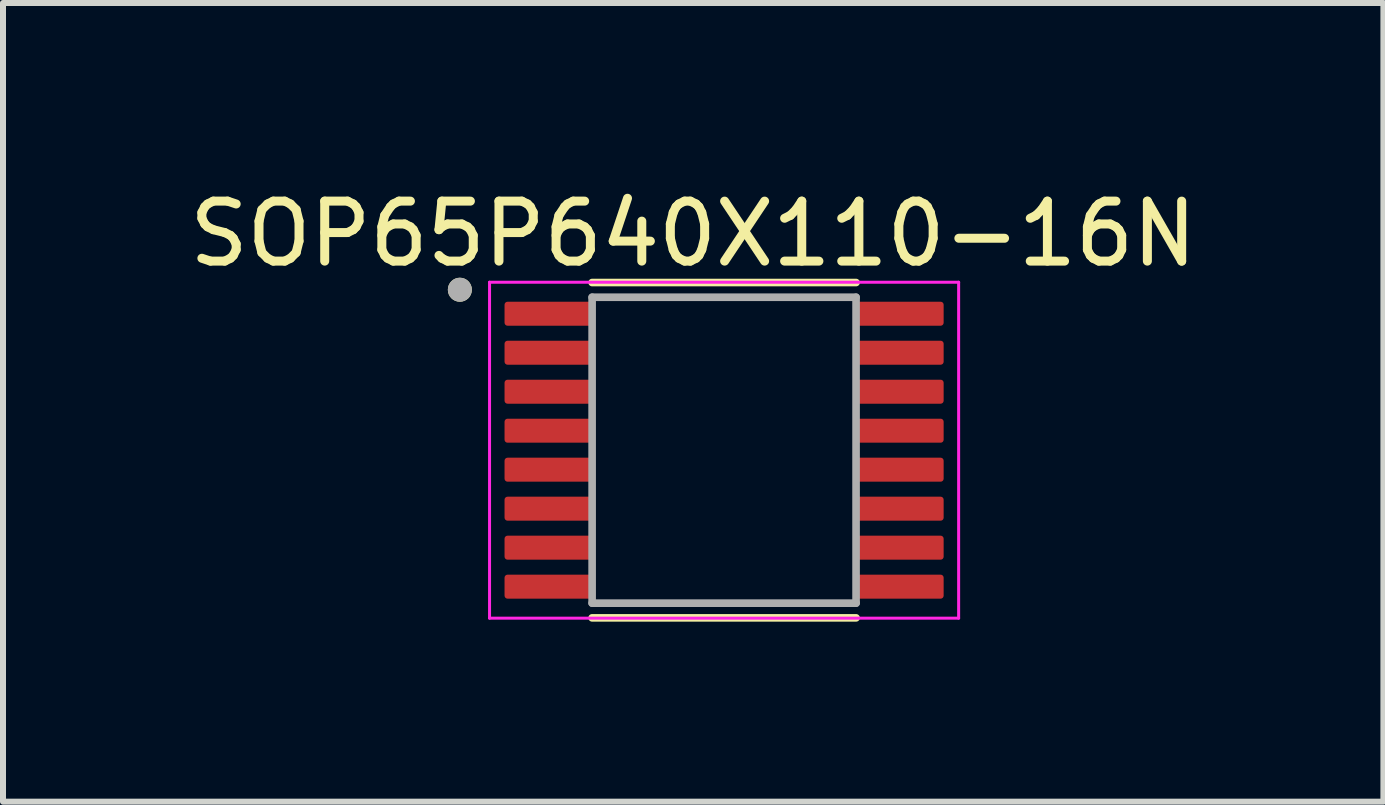
<source format=kicad_pcb>
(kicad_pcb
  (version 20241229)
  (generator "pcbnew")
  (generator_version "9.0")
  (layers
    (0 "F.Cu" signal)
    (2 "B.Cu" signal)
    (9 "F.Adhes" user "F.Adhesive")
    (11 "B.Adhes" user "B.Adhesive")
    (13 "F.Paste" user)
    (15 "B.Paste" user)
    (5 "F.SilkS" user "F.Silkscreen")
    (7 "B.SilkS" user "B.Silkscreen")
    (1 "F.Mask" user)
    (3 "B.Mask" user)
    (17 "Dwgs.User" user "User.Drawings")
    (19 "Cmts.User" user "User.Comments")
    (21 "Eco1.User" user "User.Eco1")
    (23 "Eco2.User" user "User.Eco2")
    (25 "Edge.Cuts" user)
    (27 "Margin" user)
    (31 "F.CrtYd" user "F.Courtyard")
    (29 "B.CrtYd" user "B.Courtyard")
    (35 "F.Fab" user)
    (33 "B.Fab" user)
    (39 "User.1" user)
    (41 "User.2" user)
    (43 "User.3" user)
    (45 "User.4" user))
  (footprint "SOP65P640X110-16N"
    (layer "F.Cu")
    (at 9.021 4.455)
    (property "Reference" "SOP65P640X110-16N" (at -0.515 -3.607 0) (layer "F.SilkS") (effects (font (size 1 1) (thickness 0.15))))
    (attr smd)
    (fp_line (start -2.2 -2.795) (end 2.2 -2.795) (stroke (width 0.127) (type solid)) (layer "F.SilkS"))
    (fp_line (start -2.2 2.795) (end 2.2 2.795) (stroke (width 0.127) (type solid)) (layer "F.SilkS"))
    (fp_circle (center -4.405 -2.675) (end -4.305 -2.675) (stroke (width 0.2) (type solid)) (fill no) (layer "F.SilkS"))
    (fp_line (start -3.91 -2.8) (end -3.91 2.8) (stroke (width 0.05) (type solid)) (layer "F.CrtYd"))
    (fp_line (start -3.91 -2.8) (end 3.91 -2.8) (stroke (width 0.05) (type solid)) (layer "F.CrtYd"))
    (fp_line (start -3.91 2.8) (end 3.91 2.8) (stroke (width 0.05) (type solid)) (layer "F.CrtYd"))
    (fp_line (start 3.91 -2.8) (end 3.91 2.8) (stroke (width 0.05) (type solid)) (layer "F.CrtYd"))
    (fp_line (start -2.2 -2.55) (end -2.2 2.55) (stroke (width 0.127) (type solid)) (layer "F.Fab"))
    (fp_line (start -2.2 -2.55) (end 2.2 -2.55) (stroke (width 0.127) (type solid)) (layer "F.Fab"))
    (fp_line (start -2.2 2.55) (end 2.2 2.55) (stroke (width 0.127) (type solid)) (layer "F.Fab"))
    (fp_line (start 2.2 -2.55) (end 2.2 2.55) (stroke (width 0.127) (type solid)) (layer "F.Fab"))
    (fp_circle (center -4.405 -2.675) (end -4.305 -2.675) (stroke (width 0.2) (type solid)) (fill no) (layer "F.Fab"))
    (pad "1" smd roundrect (at -2.915 -2.275) (size 1.49 0.4) (layers "F.Cu" "F.Mask" "F.Paste") (roundrect_rratio 0.125))
    (pad "2" smd roundrect (at -2.915 -1.625) (size 1.49 0.4) (layers "F.Cu" "F.Mask" "F.Paste") (roundrect_rratio 0.125))
    (pad "3" smd roundrect (at -2.915 -0.975) (size 1.49 0.4) (layers "F.Cu" "F.Mask" "F.Paste") (roundrect_rratio 0.125))
    (pad "4" smd roundrect (at -2.915 -0.325) (size 1.49 0.4) (layers "F.Cu" "F.Mask" "F.Paste") (roundrect_rratio 0.125))
    (pad "5" smd roundrect (at -2.915 0.325) (size 1.49 0.4) (layers "F.Cu" "F.Mask" "F.Paste") (roundrect_rratio 0.125))
    (pad "6" smd roundrect (at -2.915 0.975) (size 1.49 0.4) (layers "F.Cu" "F.Mask" "F.Paste") (roundrect_rratio 0.125))
    (pad "7" smd roundrect (at -2.915 1.625) (size 1.49 0.4) (layers "F.Cu" "F.Mask" "F.Paste") (roundrect_rratio 0.125))
    (pad "8" smd roundrect (at -2.915 2.275) (size 1.49 0.4) (layers "F.Cu" "F.Mask" "F.Paste") (roundrect_rratio 0.125))
    (pad "9" smd roundrect (at 2.915 2.275) (size 1.49 0.4) (layers "F.Cu" "F.Mask" "F.Paste") (roundrect_rratio 0.125))
    (pad "10" smd roundrect (at 2.915 1.625) (size 1.49 0.4) (layers "F.Cu" "F.Mask" "F.Paste") (roundrect_rratio 0.125))
    (pad "11" smd roundrect (at 2.915 0.975) (size 1.49 0.4) (layers "F.Cu" "F.Mask" "F.Paste") (roundrect_rratio 0.125))
    (pad "12" smd roundrect (at 2.915 0.325) (size 1.49 0.4) (layers "F.Cu" "F.Mask" "F.Paste") (roundrect_rratio 0.125))
    (pad "13" smd roundrect (at 2.915 -0.325) (size 1.49 0.4) (layers "F.Cu" "F.Mask" "F.Paste") (roundrect_rratio 0.125))
    (pad "14" smd roundrect (at 2.915 -0.975) (size 1.49 0.4) (layers "F.Cu" "F.Mask" "F.Paste") (roundrect_rratio 0.125))
    (pad "15" smd roundrect (at 2.915 -1.625) (size 1.49 0.4) (layers "F.Cu" "F.Mask" "F.Paste") (roundrect_rratio 0.125))
    (pad "16" smd roundrect (at 2.915 -2.275) (size 1.49 0.4) (layers "F.Cu" "F.Mask" "F.Paste") (roundrect_rratio 0.125)))
  (gr_rect
    (start -3 -3)
    (end 20.012 10.314)
    (stroke (width 0.1) (type default))
    (fill no)
    (layer "Edge.Cuts")))
</source>
